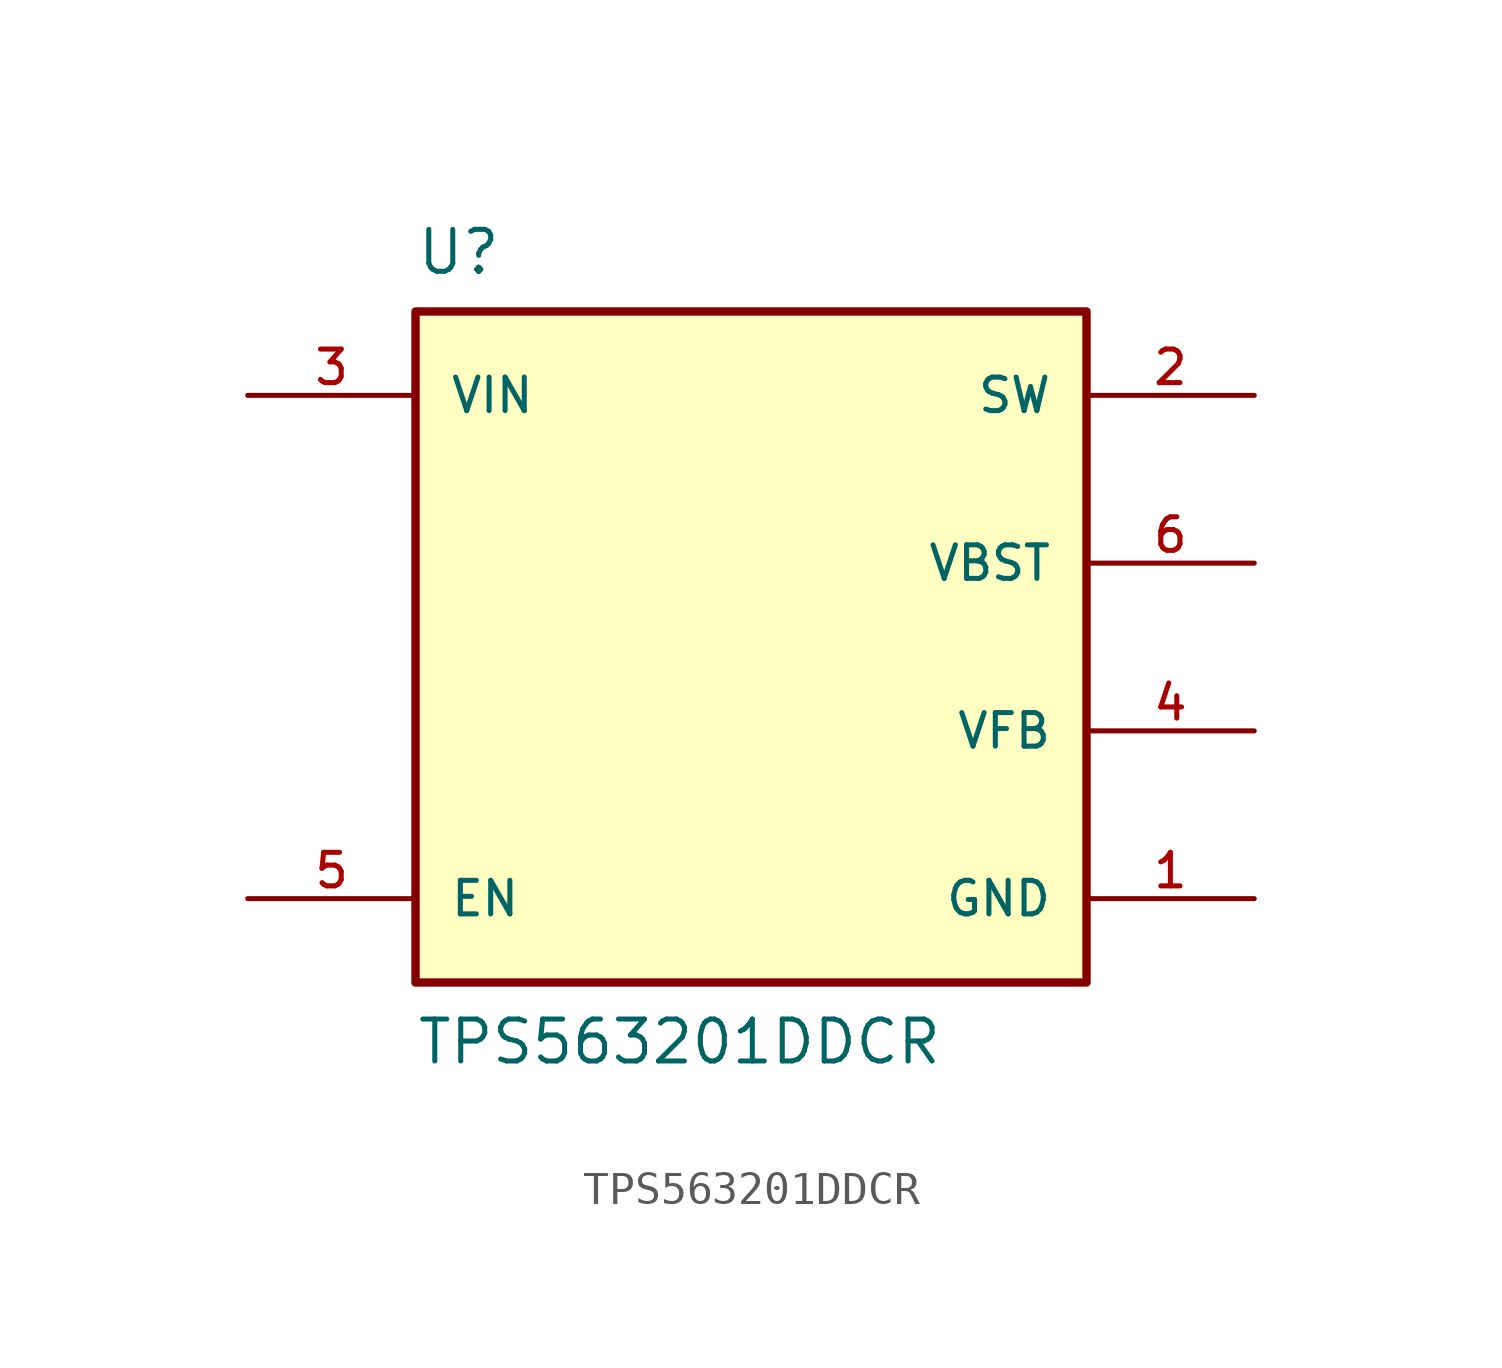
<source format=kicad_sym>
(kicad_symbol_lib
  (version 20231120)
  (generator "kicad_symbol_editor")
  (generator_version "8.0")
  (symbol "TPS563201DDCR"
    (pin_names
      (offset 1.016))
    (property "Reference" "U"
      (at -10.16 12.7 0)
      (effects (font (size 1.27 1.27)) (justify left top)))
    (property "Value" "TPS563201DDCR"
      (at -10.16 -12.7 0)
      (effects (font (size 1.27 1.27)) (justify left bottom)))
    (symbol "TPS563201DDCR_0_0"
      (rectangle (start -10.16 -10.16) (end 10.16 10.16) (stroke (width 0.254) (type default)) (fill (type background)))
      (pin power_in line (at 15.24 -7.62 180) (length 5.08) (name "GND" (effects (font (size 1.016 1.016)))) (number "1" (effects (font (size 1.016 1.016)))))
      (pin output line (at 15.24 7.62 180) (length 5.08) (name "SW" (effects (font (size 1.016 1.016)))) (number "2" (effects (font (size 1.016 1.016)))))
      (pin input line (at -15.24 7.62 0) (length 5.08) (name "VIN" (effects (font (size 1.016 1.016)))) (number "3" (effects (font (size 1.016 1.016)))))
      (pin input line (at 15.24 -2.54 180) (length 5.08) (name "VFB" (effects (font (size 1.016 1.016)))) (number "4" (effects (font (size 1.016 1.016)))))
      (pin input line (at -15.24 -7.62 0) (length 5.08) (name "EN" (effects (font (size 1.016 1.016)))) (number "5" (effects (font (size 1.016 1.016)))))
      (pin output line (at 15.24 2.54 180) (length 5.08) (name "VBST" (effects (font (size 1.016 1.016)))) (number "6" (effects (font (size 1.016 1.016))))))))
</source>
